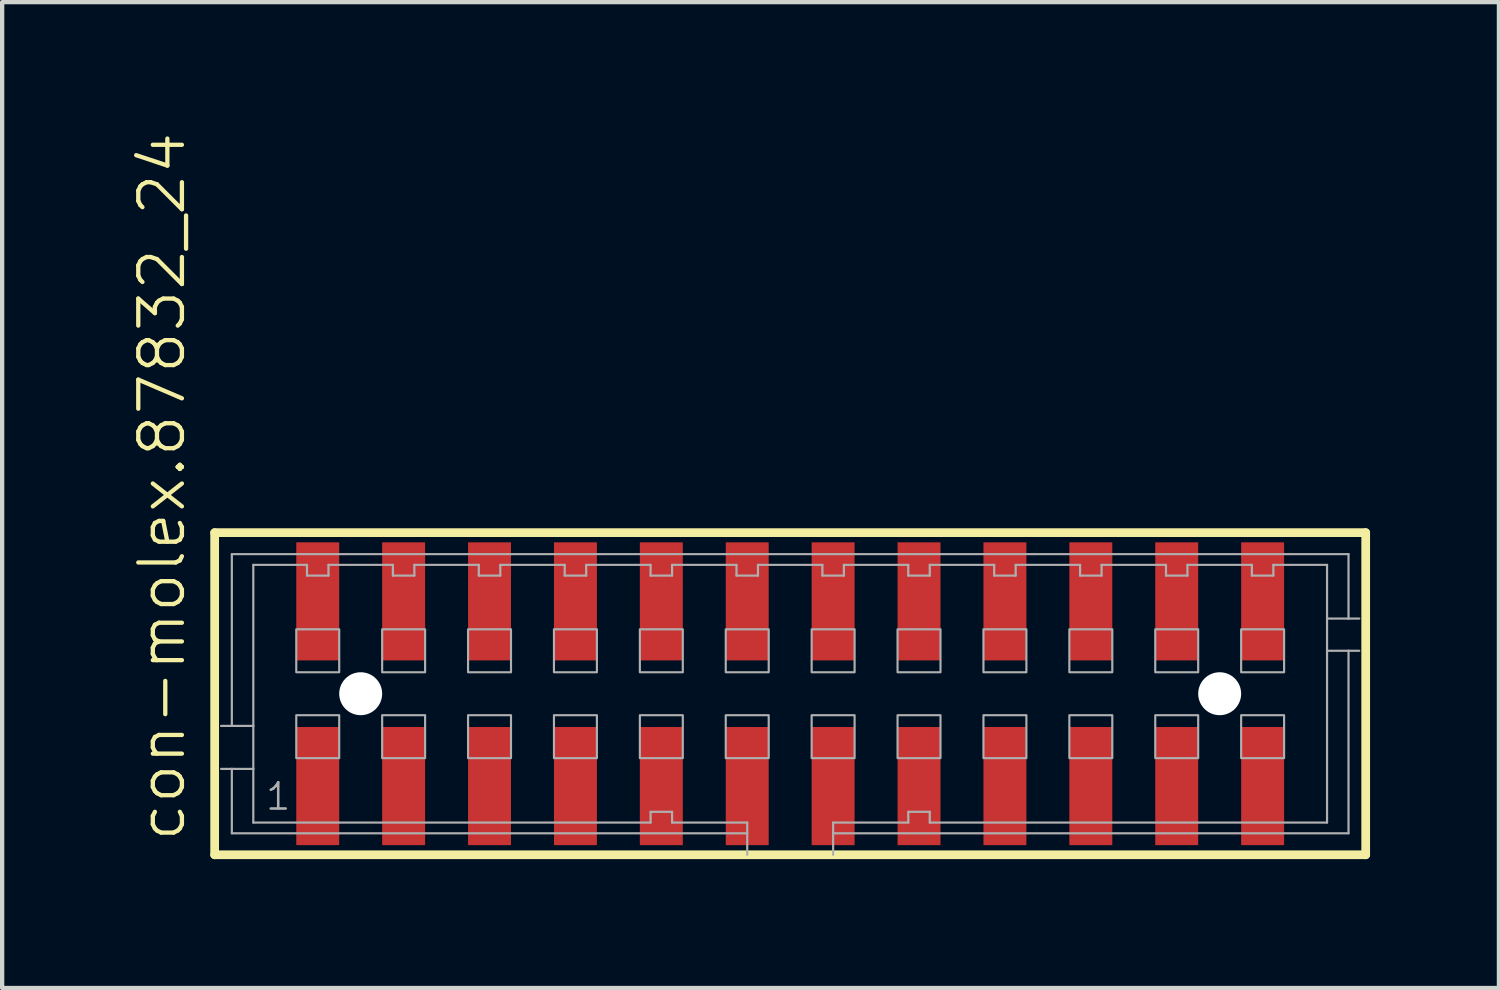
<source format=kicad_pcb>
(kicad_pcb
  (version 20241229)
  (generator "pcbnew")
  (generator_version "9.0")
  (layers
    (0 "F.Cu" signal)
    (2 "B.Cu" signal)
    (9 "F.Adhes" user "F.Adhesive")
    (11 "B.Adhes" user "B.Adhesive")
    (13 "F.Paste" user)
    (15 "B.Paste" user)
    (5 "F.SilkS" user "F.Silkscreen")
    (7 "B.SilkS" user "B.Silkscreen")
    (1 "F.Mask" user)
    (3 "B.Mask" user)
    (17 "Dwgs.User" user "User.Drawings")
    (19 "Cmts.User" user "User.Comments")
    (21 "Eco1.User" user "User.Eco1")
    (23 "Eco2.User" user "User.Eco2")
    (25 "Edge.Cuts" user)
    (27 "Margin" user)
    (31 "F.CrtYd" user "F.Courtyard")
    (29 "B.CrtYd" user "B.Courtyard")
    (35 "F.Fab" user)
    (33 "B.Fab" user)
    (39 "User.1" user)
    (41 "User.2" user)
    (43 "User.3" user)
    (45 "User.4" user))
  (footprint "con-molex.87832_24"
    (layer "F.Cu")
    (at 15.348 13.102)
    (property "Reference" "con-molex.87832_24" (at -14.033 3.493 90) (layer "F.SilkS") (effects (font (size 1.016 1.016) (thickness 0.1)) (justify left bottom)))
    (attr smd)
    (fp_line (start -13.4 -3.75) (end 13.4 -3.75) (stroke (width 0.203) (type default)) (layer "F.SilkS"))
    (fp_line (start -13.4 3.75) (end -13.4 -3.75) (stroke (width 0.203) (type default)) (layer "F.SilkS"))
    (fp_line (start 13.4 -3.75) (end 13.4 3.75) (stroke (width 0.203) (type default)) (layer "F.SilkS"))
    (fp_line (start 13.4 3.75) (end -13.4 3.75) (stroke (width 0.203) (type default)) (layer "F.SilkS"))
    (fp_line (start -13 -3.25) (end 13 -3.25) (stroke (width 0.051) (type default)) (layer "F.Fab"))
    (fp_line (start -13 0.75) (end -13.25 0.75) (stroke (width 0.051) (type default)) (layer "F.Fab"))
    (fp_line (start -13 0.75) (end -13 -3.25) (stroke (width 0.051) (type default)) (layer "F.Fab"))
    (fp_line (start -13 1.75) (end -13.25 1.75) (stroke (width 0.051) (type default)) (layer "F.Fab"))
    (fp_line (start -13 3.25) (end -13 1.75) (stroke (width 0.051) (type default)) (layer "F.Fab"))
    (fp_line (start -12.5 -3) (end -12.5 0.75) (stroke (width 0.051) (type default)) (layer "F.Fab"))
    (fp_line (start -12.5 0.75) (end -13 0.75) (stroke (width 0.051) (type default)) (layer "F.Fab"))
    (fp_line (start -12.5 0.75) (end -12.5 1.75) (stroke (width 0.051) (type default)) (layer "F.Fab"))
    (fp_line (start -12.5 1.75) (end -13 1.75) (stroke (width 0.051) (type default)) (layer "F.Fab"))
    (fp_line (start -12.5 1.75) (end -12.5 3) (stroke (width 0.051) (type default)) (layer "F.Fab"))
    (fp_line (start -12.5 3) (end -3.25 3) (stroke (width 0.051) (type default)) (layer "F.Fab"))
    (fp_line (start -11.25 -3) (end -12.5 -3) (stroke (width 0.051) (type default)) (layer "F.Fab"))
    (fp_line (start -11.25 -2.75) (end -11.25 -3) (stroke (width 0.051) (type default)) (layer "F.Fab"))
    (fp_line (start -10.75 -3) (end -10.75 -2.75) (stroke (width 0.051) (type default)) (layer "F.Fab"))
    (fp_line (start -10.75 -2.75) (end -11.25 -2.75) (stroke (width 0.051) (type default)) (layer "F.Fab"))
    (fp_line (start -9.25 -3) (end -10.75 -3) (stroke (width 0.051) (type default)) (layer "F.Fab"))
    (fp_line (start -9.25 -2.75) (end -9.25 -3) (stroke (width 0.051) (type default)) (layer "F.Fab"))
    (fp_line (start -8.75 -3) (end -8.75 -2.75) (stroke (width 0.051) (type default)) (layer "F.Fab"))
    (fp_line (start -8.75 -2.75) (end -9.25 -2.75) (stroke (width 0.051) (type default)) (layer "F.Fab"))
    (fp_line (start -7.25 -3) (end -8.75 -3) (stroke (width 0.051) (type default)) (layer "F.Fab"))
    (fp_line (start -7.25 -2.75) (end -7.25 -3) (stroke (width 0.051) (type default)) (layer "F.Fab"))
    (fp_line (start -6.75 -3) (end -6.75 -2.75) (stroke (width 0.051) (type default)) (layer "F.Fab"))
    (fp_line (start -6.75 -2.75) (end -7.25 -2.75) (stroke (width 0.051) (type default)) (layer "F.Fab"))
    (fp_line (start -5.25 -3) (end -6.75 -3) (stroke (width 0.051) (type default)) (layer "F.Fab"))
    (fp_line (start -5.25 -2.75) (end -5.25 -3) (stroke (width 0.051) (type default)) (layer "F.Fab"))
    (fp_line (start -4.75 -3) (end -4.75 -2.75) (stroke (width 0.051) (type default)) (layer "F.Fab"))
    (fp_line (start -4.75 -2.75) (end -5.25 -2.75) (stroke (width 0.051) (type default)) (layer "F.Fab"))
    (fp_line (start -3.25 -3) (end -4.75 -3) (stroke (width 0.051) (type default)) (layer "F.Fab"))
    (fp_line (start -3.25 -2.75) (end -3.25 -3) (stroke (width 0.051) (type default)) (layer "F.Fab"))
    (fp_line (start -3.25 2.75) (end -2.75 2.75) (stroke (width 0.051) (type default)) (layer "F.Fab"))
    (fp_line (start -3.25 3) (end -3.25 2.75) (stroke (width 0.051) (type default)) (layer "F.Fab"))
    (fp_line (start -2.75 -3) (end -2.75 -2.75) (stroke (width 0.051) (type default)) (layer "F.Fab"))
    (fp_line (start -2.75 -2.75) (end -3.25 -2.75) (stroke (width 0.051) (type default)) (layer "F.Fab"))
    (fp_line (start -2.75 2.75) (end -2.75 3) (stroke (width 0.051) (type default)) (layer "F.Fab"))
    (fp_line (start -2.75 3) (end -1 3) (stroke (width 0.051) (type default)) (layer "F.Fab"))
    (fp_line (start -1.25 -3) (end -2.75 -3) (stroke (width 0.051) (type default)) (layer "F.Fab"))
    (fp_line (start -1.25 -2.75) (end -1.25 -3) (stroke (width 0.051) (type default)) (layer "F.Fab"))
    (fp_line (start -1 3) (end -1 3.25) (stroke (width 0.051) (type default)) (layer "F.Fab"))
    (fp_line (start -1 3.25) (end -13 3.25) (stroke (width 0.051) (type default)) (layer "F.Fab"))
    (fp_line (start -1 3.25) (end -1 3.75) (stroke (width 0.051) (type default)) (layer "F.Fab"))
    (fp_line (start -0.75 -3) (end -0.75 -2.75) (stroke (width 0.051) (type default)) (layer "F.Fab"))
    (fp_line (start -0.75 -2.75) (end -1.25 -2.75) (stroke (width 0.051) (type default)) (layer "F.Fab"))
    (fp_line (start 0.75 -3) (end -0.75 -3) (stroke (width 0.051) (type default)) (layer "F.Fab"))
    (fp_line (start 0.75 -2.75) (end 0.75 -3) (stroke (width 0.051) (type default)) (layer "F.Fab"))
    (fp_line (start 1 3) (end 2.75 3) (stroke (width 0.051) (type default)) (layer "F.Fab"))
    (fp_line (start 1 3.25) (end 1 3) (stroke (width 0.051) (type default)) (layer "F.Fab"))
    (fp_line (start 1 3.75) (end 1 3.25) (stroke (width 0.051) (type default)) (layer "F.Fab"))
    (fp_line (start 1.25 -3) (end 1.25 -2.75) (stroke (width 0.051) (type default)) (layer "F.Fab"))
    (fp_line (start 1.25 -2.75) (end 0.75 -2.75) (stroke (width 0.051) (type default)) (layer "F.Fab"))
    (fp_line (start 2.75 -3) (end 1.25 -3) (stroke (width 0.051) (type default)) (layer "F.Fab"))
    (fp_line (start 2.75 -2.75) (end 2.75 -3) (stroke (width 0.051) (type default)) (layer "F.Fab"))
    (fp_line (start 2.75 2.75) (end 3.25 2.75) (stroke (width 0.051) (type default)) (layer "F.Fab"))
    (fp_line (start 2.75 3) (end 2.75 2.75) (stroke (width 0.051) (type default)) (layer "F.Fab"))
    (fp_line (start 3.25 -3) (end 3.25 -2.75) (stroke (width 0.051) (type default)) (layer "F.Fab"))
    (fp_line (start 3.25 -2.75) (end 2.75 -2.75) (stroke (width 0.051) (type default)) (layer "F.Fab"))
    (fp_line (start 3.25 2.75) (end 3.25 3) (stroke (width 0.051) (type default)) (layer "F.Fab"))
    (fp_line (start 3.25 3) (end 12.5 3) (stroke (width 0.051) (type default)) (layer "F.Fab"))
    (fp_line (start 4.75 -3) (end 3.25 -3) (stroke (width 0.051) (type default)) (layer "F.Fab"))
    (fp_line (start 4.75 -2.75) (end 4.75 -3) (stroke (width 0.051) (type default)) (layer "F.Fab"))
    (fp_line (start 5.25 -3) (end 5.25 -2.75) (stroke (width 0.051) (type default)) (layer "F.Fab"))
    (fp_line (start 5.25 -2.75) (end 4.75 -2.75) (stroke (width 0.051) (type default)) (layer "F.Fab"))
    (fp_line (start 6.75 -3) (end 5.25 -3) (stroke (width 0.051) (type default)) (layer "F.Fab"))
    (fp_line (start 6.75 -2.75) (end 6.75 -3) (stroke (width 0.051) (type default)) (layer "F.Fab"))
    (fp_line (start 7.25 -3) (end 7.25 -2.75) (stroke (width 0.051) (type default)) (layer "F.Fab"))
    (fp_line (start 7.25 -2.75) (end 6.75 -2.75) (stroke (width 0.051) (type default)) (layer "F.Fab"))
    (fp_line (start 8.75 -3) (end 7.25 -3) (stroke (width 0.051) (type default)) (layer "F.Fab"))
    (fp_line (start 8.75 -2.75) (end 8.75 -3) (stroke (width 0.051) (type default)) (layer "F.Fab"))
    (fp_line (start 9.25 -3) (end 9.25 -2.75) (stroke (width 0.051) (type default)) (layer "F.Fab"))
    (fp_line (start 9.25 -2.75) (end 8.75 -2.75) (stroke (width 0.051) (type default)) (layer "F.Fab"))
    (fp_line (start 10.75 -3) (end 9.25 -3) (stroke (width 0.051) (type default)) (layer "F.Fab"))
    (fp_line (start 10.75 -2.75) (end 10.75 -3) (stroke (width 0.051) (type default)) (layer "F.Fab"))
    (fp_line (start 11.25 -3) (end 11.25 -2.75) (stroke (width 0.051) (type default)) (layer "F.Fab"))
    (fp_line (start 11.25 -2.75) (end 10.75 -2.75) (stroke (width 0.051) (type default)) (layer "F.Fab"))
    (fp_line (start 12.5 -3) (end 11.25 -3) (stroke (width 0.051) (type default)) (layer "F.Fab"))
    (fp_line (start 12.5 -1.75) (end 12.5 -3) (stroke (width 0.051) (type default)) (layer "F.Fab"))
    (fp_line (start 12.5 -1.75) (end 13 -1.75) (stroke (width 0.051) (type default)) (layer "F.Fab"))
    (fp_line (start 12.5 -1) (end 12.5 -1.75) (stroke (width 0.051) (type default)) (layer "F.Fab"))
    (fp_line (start 12.5 -1) (end 13 -1) (stroke (width 0.051) (type default)) (layer "F.Fab"))
    (fp_line (start 12.5 3) (end 12.5 -1) (stroke (width 0.051) (type default)) (layer "F.Fab"))
    (fp_line (start 13 -3.25) (end 13 -1.75) (stroke (width 0.051) (type default)) (layer "F.Fab"))
    (fp_line (start 13 -1.75) (end 13.25 -1.75) (stroke (width 0.051) (type default)) (layer "F.Fab"))
    (fp_line (start 13 -1) (end 13 3.25) (stroke (width 0.051) (type default)) (layer "F.Fab"))
    (fp_line (start 13 -1) (end 13.25 -1) (stroke (width 0.051) (type default)) (layer "F.Fab"))
    (fp_line (start 13 3.25) (end 1 3.25) (stroke (width 0.051) (type default)) (layer "F.Fab"))
    (fp_rect (start -11.5 -0.5) (end -10.5 -1.5) (stroke (width 0.05) (type default)) (fill no) (layer "F.Fab"))
    (fp_rect (start -11.5 1.5) (end -10.5 0.5) (stroke (width 0.05) (type default)) (fill no) (layer "F.Fab"))
    (fp_rect (start -9.5 -0.5) (end -8.5 -1.5) (stroke (width 0.05) (type default)) (fill no) (layer "F.Fab"))
    (fp_rect (start -9.5 1.5) (end -8.5 0.5) (stroke (width 0.05) (type default)) (fill no) (layer "F.Fab"))
    (fp_rect (start -7.5 -0.5) (end -6.5 -1.5) (stroke (width 0.05) (type default)) (fill no) (layer "F.Fab"))
    (fp_rect (start -7.5 1.5) (end -6.5 0.5) (stroke (width 0.05) (type default)) (fill no) (layer "F.Fab"))
    (fp_rect (start -5.5 -0.5) (end -4.5 -1.5) (stroke (width 0.05) (type default)) (fill no) (layer "F.Fab"))
    (fp_rect (start -5.5 1.5) (end -4.5 0.5) (stroke (width 0.05) (type default)) (fill no) (layer "F.Fab"))
    (fp_rect (start -3.5 -0.5) (end -2.5 -1.5) (stroke (width 0.05) (type default)) (fill no) (layer "F.Fab"))
    (fp_rect (start -3.5 1.5) (end -2.5 0.5) (stroke (width 0.05) (type default)) (fill no) (layer "F.Fab"))
    (fp_rect (start -1.5 -0.5) (end -0.5 -1.5) (stroke (width 0.05) (type default)) (fill no) (layer "F.Fab"))
    (fp_rect (start -1.5 1.5) (end -0.5 0.5) (stroke (width 0.05) (type default)) (fill no) (layer "F.Fab"))
    (fp_rect (start 0.5 -0.5) (end 1.5 -1.5) (stroke (width 0.05) (type default)) (fill no) (layer "F.Fab"))
    (fp_rect (start 0.5 1.5) (end 1.5 0.5) (stroke (width 0.05) (type default)) (fill no) (layer "F.Fab"))
    (fp_rect (start 2.5 -0.5) (end 3.5 -1.5) (stroke (width 0.05) (type default)) (fill no) (layer "F.Fab"))
    (fp_rect (start 2.5 1.5) (end 3.5 0.5) (stroke (width 0.05) (type default)) (fill no) (layer "F.Fab"))
    (fp_rect (start 4.5 -0.5) (end 5.5 -1.5) (stroke (width 0.05) (type default)) (fill no) (layer "F.Fab"))
    (fp_rect (start 4.5 1.5) (end 5.5 0.5) (stroke (width 0.05) (type default)) (fill no) (layer "F.Fab"))
    (fp_rect (start 6.5 -0.5) (end 7.5 -1.5) (stroke (width 0.05) (type default)) (fill no) (layer "F.Fab"))
    (fp_rect (start 6.5 1.5) (end 7.5 0.5) (stroke (width 0.05) (type default)) (fill no) (layer "F.Fab"))
    (fp_rect (start 8.5 -0.5) (end 9.5 -1.5) (stroke (width 0.05) (type default)) (fill no) (layer "F.Fab"))
    (fp_rect (start 8.5 1.5) (end 9.5 0.5) (stroke (width 0.05) (type default)) (fill no) (layer "F.Fab"))
    (fp_rect (start 10.5 -0.5) (end 11.5 -1.5) (stroke (width 0.05) (type default)) (fill no) (layer "F.Fab"))
    (fp_rect (start 10.5 1.5) (end 11.5 0.5) (stroke (width 0.05) (type default)) (fill no) (layer "F.Fab"))
    (fp_text user "1" (at -12.25 2.75 0) (layer "F.Fab") (effects (font (size 0.61 0.61) (thickness 0.06)) (justify left bottom)))
    (pad "" np_thru_hole circle (at -10 0) (size 1 1) (drill 1) (layers "*.Cu" "*.Mask"))
    (pad "" np_thru_hole circle (at 10 0) (size 1 1) (drill 1) (layers "*.Cu" "*.Mask"))
    (pad "1" smd roundrect (at -11 2.15) (size 1 2.75) (layers "F.Cu" "F.Mask" "F.Paste") (roundrect_rratio 0.01))
    (pad "2" smd roundrect (at -11 -2.15) (size 1 2.75) (layers "F.Cu" "F.Mask" "F.Paste") (roundrect_rratio 0.01))
    (pad "3" smd roundrect (at -9 2.15) (size 1 2.75) (layers "F.Cu" "F.Mask" "F.Paste") (roundrect_rratio 0.01))
    (pad "4" smd roundrect (at -9 -2.15) (size 1 2.75) (layers "F.Cu" "F.Mask" "F.Paste") (roundrect_rratio 0.01))
    (pad "5" smd roundrect (at -7 2.15) (size 1 2.75) (layers "F.Cu" "F.Mask" "F.Paste") (roundrect_rratio 0.01))
    (pad "6" smd roundrect (at -7 -2.15) (size 1 2.75) (layers "F.Cu" "F.Mask" "F.Paste") (roundrect_rratio 0.01))
    (pad "7" smd roundrect (at -5 2.15) (size 1 2.75) (layers "F.Cu" "F.Mask" "F.Paste") (roundrect_rratio 0.01))
    (pad "8" smd roundrect (at -5 -2.15) (size 1 2.75) (layers "F.Cu" "F.Mask" "F.Paste") (roundrect_rratio 0.01))
    (pad "9" smd roundrect (at -3 2.15 180) (size 1 2.75) (layers "F.Cu" "F.Mask" "F.Paste") (roundrect_rratio 0.01))
    (pad "10" smd roundrect (at -3 -2.15 180) (size 1 2.75) (layers "F.Cu" "F.Mask" "F.Paste") (roundrect_rratio 0.01))
    (pad "11" smd roundrect (at -1 2.15) (size 1 2.75) (layers "F.Cu" "F.Mask" "F.Paste") (roundrect_rratio 0.01))
    (pad "12" smd roundrect (at -1 -2.15) (size 1 2.75) (layers "F.Cu" "F.Mask" "F.Paste") (roundrect_rratio 0.01))
    (pad "13" smd roundrect (at 1 2.15) (size 1 2.75) (layers "F.Cu" "F.Mask" "F.Paste") (roundrect_rratio 0.01))
    (pad "14" smd roundrect (at 1 -2.15) (size 1 2.75) (layers "F.Cu" "F.Mask" "F.Paste") (roundrect_rratio 0.01))
    (pad "15" smd roundrect (at 3 2.15 180) (size 1 2.75) (layers "F.Cu" "F.Mask" "F.Paste") (roundrect_rratio 0.01))
    (pad "16" smd roundrect (at 3 -2.15) (size 1 2.75) (layers "F.Cu" "F.Mask" "F.Paste") (roundrect_rratio 0.01))
    (pad "17" smd roundrect (at 5 2.15 180) (size 1 2.75) (layers "F.Cu" "F.Mask" "F.Paste") (roundrect_rratio 0.01))
    (pad "18" smd roundrect (at 5 -2.15) (size 1 2.75) (layers "F.Cu" "F.Mask" "F.Paste") (roundrect_rratio 0.01))
    (pad "19" smd roundrect (at 7 2.15 180) (size 1 2.75) (layers "F.Cu" "F.Mask" "F.Paste") (roundrect_rratio 0.01))
    (pad "20" smd roundrect (at 7 -2.15) (size 1 2.75) (layers "F.Cu" "F.Mask" "F.Paste") (roundrect_rratio 0.01))
    (pad "21" smd roundrect (at 9 2.15 180) (size 1 2.75) (layers "F.Cu" "F.Mask" "F.Paste") (roundrect_rratio 0.01))
    (pad "22" smd roundrect (at 9 -2.15) (size 1 2.75) (layers "F.Cu" "F.Mask" "F.Paste") (roundrect_rratio 0.01))
    (pad "23" smd roundrect (at 11 2.15 180) (size 1 2.75) (layers "F.Cu" "F.Mask" "F.Paste") (roundrect_rratio 0.01))
    (pad "24" smd roundrect (at 11 -2.15) (size 1 2.75) (layers "F.Cu" "F.Mask" "F.Paste") (roundrect_rratio 0.01)))
  (gr_rect
    (start -3 -3)
    (end 31.85 19.954)
    (stroke (width 0.1) (type default))
    (fill no)
    (layer "Edge.Cuts")))
</source>
